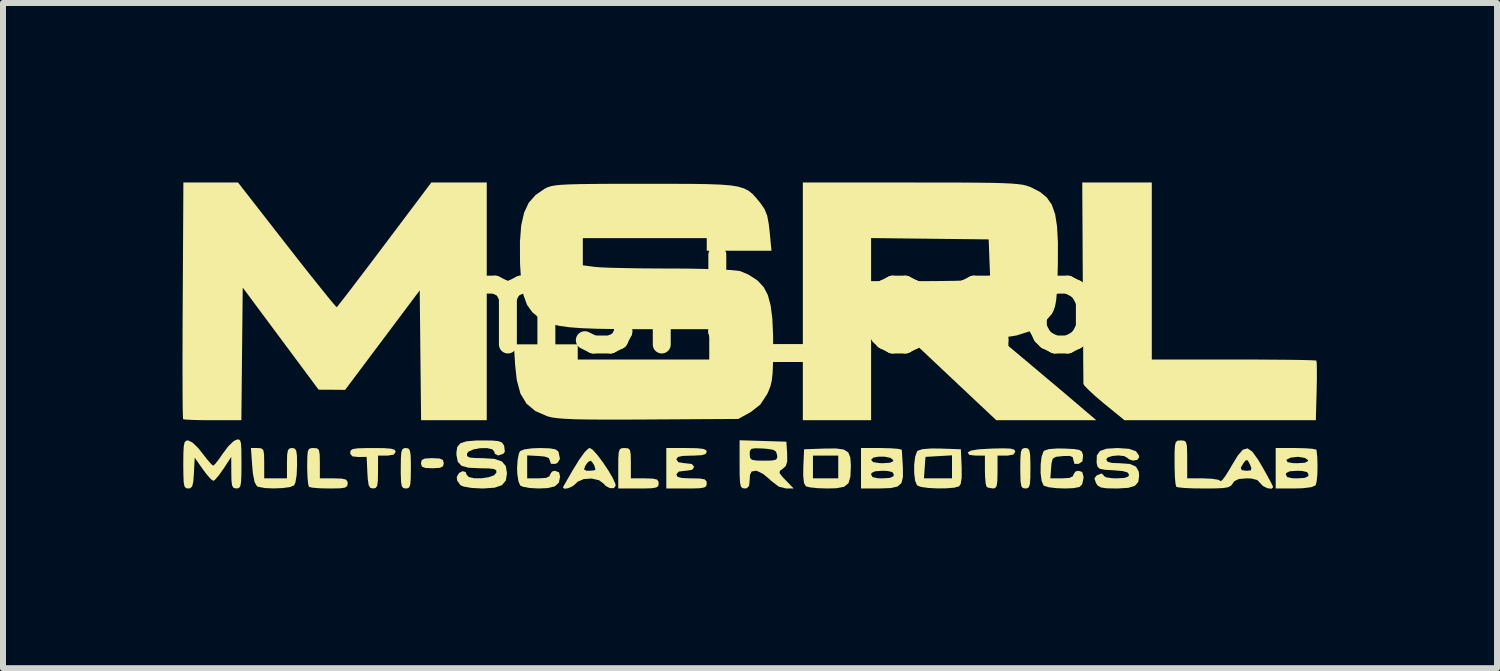
<source format=kicad_pcb>
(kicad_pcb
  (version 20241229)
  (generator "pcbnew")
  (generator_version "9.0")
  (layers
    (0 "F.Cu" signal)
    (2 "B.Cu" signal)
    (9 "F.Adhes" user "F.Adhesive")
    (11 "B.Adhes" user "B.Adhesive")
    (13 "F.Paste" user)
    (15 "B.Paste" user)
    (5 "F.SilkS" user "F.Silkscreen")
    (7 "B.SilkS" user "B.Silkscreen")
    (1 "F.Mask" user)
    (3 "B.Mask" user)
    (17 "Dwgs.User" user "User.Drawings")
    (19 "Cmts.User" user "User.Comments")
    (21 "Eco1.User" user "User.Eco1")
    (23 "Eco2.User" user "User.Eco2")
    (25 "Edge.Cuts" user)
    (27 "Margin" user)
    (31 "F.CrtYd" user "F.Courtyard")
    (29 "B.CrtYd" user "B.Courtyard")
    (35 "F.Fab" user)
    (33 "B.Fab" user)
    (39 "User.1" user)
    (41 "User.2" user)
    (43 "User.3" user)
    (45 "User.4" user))
  (footprint "msrl_logo"
    (layer "F.Cu")
    (at 9.903 2.029)
    (property "Reference" "msrl_logo" (at 0 0 0) (layer "F.SilkS") (effects (font (size 1.5 1.5) (thickness 0.3))))
    (attr board_only exclude_from_pos_files exclude_from_bom)
    (fp_poly (pts (xy -5.608 2.584) (xy -5.552 2.607) (xy -5.537 2.656) (xy -5.536 2.663) (xy -5.549 2.715) (xy -5.601 2.74) (xy -5.713 2.747) (xy -5.727 2.747) (xy -5.845 2.742) (xy -5.902 2.719) (xy -5.917 2.669) (xy -5.917 2.663) (xy -5.904 2.61) (xy -5.853 2.585) (xy -5.74 2.578) (xy -5.727 2.578)) (stroke (width 0) (type solid)) (fill yes) (layer "F.SilkS"))
    (fp_poly (pts (xy -6.128 2.416) (xy -6.103 2.449) (xy -6.09 2.524) (xy -6.086 2.658) (xy -6.086 2.747) (xy -6.088 2.916) (xy -6.096 3.017) (xy -6.114 3.067) (xy -6.148 3.084) (xy -6.17 3.085) (xy -6.212 3.078) (xy -6.238 3.046) (xy -6.25 2.971) (xy -6.255 2.836) (xy -6.255 2.747) (xy -6.253 2.579) (xy -6.245 2.478) (xy -6.226 2.427) (xy -6.193 2.41) (xy -6.17 2.409)) (stroke (width 0) (type solid)) (fill yes) (layer "F.SilkS"))
    (fp_poly (pts (xy 4.226 2.416) (xy 4.251 2.449) (xy 4.264 2.524) (xy 4.268 2.658) (xy 4.269 2.747) (xy 4.267 2.916) (xy 4.259 3.017) (xy 4.24 3.067) (xy 4.206 3.084) (xy 4.184 3.085) (xy 4.142 3.078) (xy 4.117 3.046) (xy 4.104 2.971) (xy 4.1 2.836) (xy 4.099 2.747) (xy 4.101 2.579) (xy 4.109 2.478) (xy 4.128 2.427) (xy 4.162 2.41) (xy 4.184 2.409)) (stroke (width 0) (type solid)) (fill yes) (layer "F.SilkS"))
    (fp_poly (pts (xy -2.456 2.414) (xy -2.424 2.444) (xy -2.412 2.517) (xy -2.409 2.654) (xy -2.409 2.663) (xy -2.409 2.916) (xy -2.177 2.916) (xy -2.042 2.92) (xy -1.972 2.936) (xy -1.947 2.971) (xy -1.944 3.001) (xy -1.951 3.043) (xy -1.984 3.068) (xy -2.059 3.081) (xy -2.193 3.085) (xy -2.282 3.085) (xy -2.62 3.085) (xy -2.62 2.747) (xy -2.619 2.579) (xy -2.612 2.479) (xy -2.594 2.429) (xy -2.559 2.411) (xy -2.515 2.409)) (stroke (width 0) (type solid)) (fill yes) (layer "F.SilkS"))
    (fp_poly (pts (xy -6.534 2.411) (xy -6.419 2.42) (xy -6.359 2.438) (xy -6.34 2.468) (xy -6.339 2.472) (xy -6.372 2.519) (xy -6.474 2.536) (xy -6.487 2.536) (xy -6.635 2.536) (xy -6.635 2.81) (xy -6.638 2.959) (xy -6.65 3.042) (xy -6.677 3.078) (xy -6.718 3.085) (xy -6.764 3.075) (xy -6.791 3.03) (xy -6.806 2.934) (xy -6.813 2.821) (xy -6.825 2.557) (xy -6.963 2.559) (xy -7.062 2.549) (xy -7.098 2.507) (xy -7.1 2.485) (xy -7.092 2.449) (xy -7.055 2.426) (xy -6.975 2.414) (xy -6.836 2.41) (xy -6.72 2.409)) (stroke (width 0) (type solid)) (fill yes) (layer "F.SilkS"))
    (fp_poly (pts (xy 3.93 2.418) (xy 3.992 2.433) (xy 4.014 2.459) (xy 4.015 2.471) (xy 3.985 2.518) (xy 3.887 2.536) (xy 3.867 2.536) (xy 3.719 2.536) (xy 3.719 2.81) (xy 3.716 2.96) (xy 3.704 3.043) (xy 3.677 3.079) (xy 3.642 3.085) (xy 3.561 3.071) (xy 3.536 3.057) (xy 3.521 3.003) (xy 3.511 2.891) (xy 3.508 2.782) (xy 3.508 2.536) (xy 3.356 2.536) (xy 3.249 2.524) (xy 3.221 2.487) (xy 3.222 2.483) (xy 3.272 2.453) (xy 3.398 2.431) (xy 3.606 2.419) (xy 3.627 2.418) (xy 3.813 2.414)) (stroke (width 0) (type solid)) (fill yes) (layer "F.SilkS"))
    (fp_poly (pts (xy -7.654 2.414) (xy -7.623 2.444) (xy -7.61 2.517) (xy -7.607 2.654) (xy -7.607 2.663) (xy -7.607 2.916) (xy -7.375 2.916) (xy -7.241 2.92) (xy -7.171 2.936) (xy -7.145 2.971) (xy -7.142 3.001) (xy -7.15 3.044) (xy -7.185 3.07) (xy -7.264 3.082) (xy -7.406 3.085) (xy -7.452 3.085) (xy -7.607 3.082) (xy -7.727 3.072) (xy -7.788 3.059) (xy -7.79 3.057) (xy -7.804 3.004) (xy -7.814 2.889) (xy -7.819 2.738) (xy -7.819 2.719) (xy -7.817 2.56) (xy -7.809 2.467) (xy -7.788 2.423) (xy -7.747 2.41) (xy -7.713 2.409)) (stroke (width 0) (type solid)) (fill yes) (layer "F.SilkS"))
    (fp_poly (pts (xy 1.148 2.434) (xy 1.224 2.481) (xy 1.259 2.568) (xy 1.268 2.703) (xy 1.268 2.713) (xy 1.26 2.888) (xy 1.228 2.997) (xy 1.154 3.057) (xy 1.025 3.081) (xy 0.875 3.085) (xy 0.717 3.08) (xy 0.589 3.067) (xy 0.518 3.05) (xy 0.516 3.049) (xy 0.484 2.993) (xy 0.471 2.871) (xy 0.473 2.726) (xy 0.634 2.726) (xy 0.634 2.916) (xy 0.845 2.916) (xy 1.057 2.916) (xy 1.057 2.726) (xy 1.057 2.536) (xy 0.845 2.536) (xy 0.634 2.536) (xy 0.634 2.726) (xy 0.473 2.726) (xy 0.473 2.722) (xy 0.486 2.43) (xy 0.818 2.418) (xy 1.018 2.416)) (stroke (width 0) (type solid)) (fill yes) (layer "F.SilkS"))
    (fp_poly (pts (xy 2.775 2.418) (xy 3.106 2.43) (xy 3.119 2.722) (xy 3.12 2.903) (xy 3.103 3.01) (xy 3.077 3.049) (xy 2.998 3.071) (xy 2.868 3.082) (xy 2.713 3.084) (xy 2.561 3.076) (xy 2.439 3.059) (xy 2.375 3.034) (xy 2.342 2.958) (xy 2.337 2.916) (xy 2.489 2.916) (xy 2.724 2.916) (xy 2.958 2.916) (xy 2.958 2.724) (xy 2.958 2.531) (xy 2.737 2.544) (xy 2.515 2.557) (xy 2.502 2.737) (xy 2.489 2.916) (xy 2.337 2.916) (xy 2.326 2.832) (xy 2.326 2.687) (xy 2.342 2.555) (xy 2.373 2.467) (xy 2.384 2.455) (xy 2.464 2.428) (xy 2.614 2.416)) (stroke (width 0) (type solid)) (fill yes) (layer "F.SilkS"))
    (fp_poly (pts (xy -8.587 2.414) (xy -8.553 2.441) (xy -8.54 2.512) (xy -8.537 2.644) (xy -8.537 2.663) (xy -8.537 2.916) (xy -8.347 2.916) (xy -8.157 2.916) (xy -8.157 2.663) (xy -8.154 2.521) (xy -8.14 2.444) (xy -8.11 2.414) (xy -8.072 2.409) (xy -8.027 2.417) (xy -8.002 2.454) (xy -7.99 2.538) (xy -7.988 2.687) (xy -7.988 2.696) (xy -7.995 2.861) (xy -8.015 2.982) (xy -8.038 3.034) (xy -8.108 3.062) (xy -8.231 3.078) (xy -8.379 3.084) (xy -8.522 3.078) (xy -8.63 3.059) (xy -8.659 3.047) (xy -8.698 2.979) (xy -8.726 2.837) (xy -8.738 2.709) (xy -8.759 2.409) (xy -8.648 2.409)) (stroke (width 0) (type solid)) (fill yes) (layer "F.SilkS"))
    (fp_poly (pts (xy 6.297 -0.549) (xy 6.297 0.93) (xy 7.664 0.93) (xy 7.995 0.93) (xy 8.298 0.932) (xy 8.564 0.934) (xy 8.781 0.937) (xy 8.94 0.941) (xy 9.03 0.945) (xy 9.048 0.947) (xy 9.054 0.994) (xy 9.056 1.108) (xy 9.056 1.271) (xy 9.052 1.454) (xy 9.039 1.944) (xy 7.439 1.944) (xy 5.84 1.944) (xy 5.498 1.665) (xy 5.356 1.545) (xy 5.243 1.44) (xy 5.171 1.366) (xy 5.154 1.337) (xy 5.154 1.286) (xy 5.153 1.159) (xy 5.151 0.966) (xy 5.15 0.717) (xy 5.148 0.421) (xy 5.146 0.088) (xy 5.144 -0.274) (xy 5.144 -0.37) (xy 5.135 -2.029) (xy 5.716 -2.029) (xy 6.297 -2.029)) (stroke (width 0) (type solid)) (fill yes) (layer "F.SilkS"))
    (fp_poly (pts (xy -3.764 2.414) (xy -3.669 2.431) (xy -3.624 2.464) (xy -3.618 2.476) (xy -3.594 2.591) (xy -3.635 2.658) (xy -3.677 2.675) (xy -3.745 2.672) (xy -3.761 2.624) (xy -3.781 2.576) (xy -3.853 2.551) (xy -3.952 2.542) (xy -4.142 2.532) (xy -4.142 2.724) (xy -4.142 2.916) (xy -3.952 2.916) (xy -3.826 2.908) (xy -3.769 2.88) (xy -3.761 2.853) (xy -3.726 2.801) (xy -3.677 2.789) (xy -3.609 2.816) (xy -3.592 2.887) (xy -3.612 2.987) (xy -3.678 3.049) (xy -3.803 3.079) (xy -3.952 3.085) (xy -4.1 3.077) (xy -4.214 3.056) (xy -4.26 3.034) (xy -4.288 2.966) (xy -4.307 2.845) (xy -4.311 2.747) (xy -4.302 2.607) (xy -4.28 2.499) (xy -4.26 2.46) (xy -4.191 2.432) (xy -4.061 2.414) (xy -3.927 2.409)) (stroke (width 0) (type solid)) (fill yes) (layer "F.SilkS"))
    (fp_poly (pts (xy -3.042 2.443) (xy -2.965 2.53) (xy -2.875 2.65) (xy -2.786 2.783) (xy -2.713 2.908) (xy -2.669 3.005) (xy -2.663 3.037) (xy -2.692 3.079) (xy -2.759 3.079) (xy -2.831 3.042) (xy -2.859 3.009) (xy -2.941 2.947) (xy -3.066 2.919) (xy -3.198 2.928) (xy -3.302 2.974) (xy -3.325 2.999) (xy -3.381 3.047) (xy -3.454 3.08) (xy -3.517 3.09) (xy -3.543 3.071) (xy -3.538 3.053) (xy -3.388 2.791) (xy -3.373 2.767) (xy -3.192 2.767) (xy -3.153 2.788) (xy -3.108 2.789) (xy -3.028 2.783) (xy -3.001 2.772) (xy -3.02 2.7) (xy -3.061 2.637) (xy -3.088 2.62) (xy -3.134 2.653) (xy -3.17 2.705) (xy -3.192 2.767) (xy -3.373 2.767) (xy -3.271 2.601) (xy -3.182 2.478) (xy -3.119 2.417) (xy -3.093 2.409)) (stroke (width 0) (type solid)) (fill yes) (layer "F.SilkS"))
    (fp_poly (pts (xy -1.306 2.412) (xy -1.202 2.423) (xy -1.152 2.444) (xy -1.141 2.472) (xy -1.161 2.509) (xy -1.23 2.529) (xy -1.364 2.536) (xy -1.395 2.536) (xy -1.542 2.541) (xy -1.621 2.558) (xy -1.648 2.592) (xy -1.648 2.599) (xy -1.616 2.646) (xy -1.514 2.662) (xy -1.5 2.663) (xy -1.391 2.676) (xy -1.353 2.72) (xy -1.352 2.726) (xy -1.384 2.773) (xy -1.487 2.789) (xy -1.5 2.789) (xy -1.61 2.803) (xy -1.648 2.847) (xy -1.648 2.853) (xy -1.629 2.89) (xy -1.56 2.909) (xy -1.425 2.916) (xy -1.395 2.916) (xy -1.253 2.919) (xy -1.177 2.933) (xy -1.146 2.963) (xy -1.141 3.001) (xy -1.148 3.043) (xy -1.181 3.068) (xy -1.256 3.081) (xy -1.39 3.085) (xy -1.479 3.085) (xy -1.817 3.085) (xy -1.817 2.747) (xy -1.817 2.409) (xy -1.479 2.409)) (stroke (width 0) (type solid)) (fill yes) (layer "F.SilkS"))
    (fp_poly (pts (xy 4.846 2.418) (xy 4.999 2.426) (xy 5.086 2.441) (xy 5.129 2.469) (xy 5.145 2.518) (xy 5.148 2.541) (xy 5.138 2.632) (xy 5.074 2.674) (xy 5.005 2.674) (xy 4.987 2.614) (xy 4.975 2.562) (xy 4.926 2.541) (xy 4.816 2.543) (xy 4.807 2.544) (xy 4.695 2.556) (xy 4.641 2.588) (xy 4.621 2.665) (xy 4.615 2.737) (xy 4.602 2.916) (xy 4.794 2.916) (xy 4.921 2.908) (xy 4.979 2.88) (xy 4.987 2.853) (xy 5.022 2.801) (xy 5.072 2.789) (xy 5.134 2.81) (xy 5.156 2.887) (xy 5.156 2.912) (xy 5.134 3.015) (xy 5.089 3.06) (xy 4.991 3.079) (xy 4.853 3.085) (xy 4.705 3.08) (xy 4.576 3.065) (xy 4.496 3.04) (xy 4.488 3.034) (xy 4.456 2.958) (xy 4.439 2.832) (xy 4.44 2.687) (xy 4.455 2.555) (xy 4.487 2.466) (xy 4.497 2.454) (xy 4.577 2.427) (xy 4.722 2.416)) (stroke (width 0) (type solid)) (fill yes) (layer "F.SilkS"))
    (fp_poly (pts (xy 8.864 2.413) (xy 8.984 2.422) (xy 9.046 2.436) (xy 9.05 2.441) (xy 9.063 2.561) (xy 9.067 2.708) (xy 9.064 2.855) (xy 9.052 2.972) (xy 9.035 3.032) (xy 8.964 3.063) (xy 8.82 3.081) (xy 8.68 3.085) (xy 8.368 3.085) (xy 8.368 2.853) (xy 8.537 2.853) (xy 8.562 2.895) (xy 8.647 2.914) (xy 8.727 2.916) (xy 8.853 2.908) (xy 8.91 2.88) (xy 8.917 2.853) (xy 8.893 2.811) (xy 8.808 2.792) (xy 8.727 2.789) (xy 8.602 2.798) (xy 8.545 2.826) (xy 8.537 2.853) (xy 8.368 2.853) (xy 8.368 2.747) (xy 8.368 2.61) (xy 8.548 2.61) (xy 8.566 2.645) (xy 8.655 2.661) (xy 8.727 2.663) (xy 8.854 2.655) (xy 8.906 2.629) (xy 8.907 2.61) (xy 8.856 2.575) (xy 8.752 2.557) (xy 8.727 2.557) (xy 8.616 2.57) (xy 8.552 2.602) (xy 8.548 2.61) (xy 8.368 2.61) (xy 8.368 2.409) (xy 8.706 2.409)) (stroke (width 0) (type solid)) (fill yes) (layer "F.SilkS"))
    (fp_poly (pts (xy 1.933 2.413) (xy 2.053 2.422) (xy 2.115 2.436) (xy 2.119 2.441) (xy 2.123 2.497) (xy 2.13 2.611) (xy 2.137 2.737) (xy 2.138 2.893) (xy 2.113 2.994) (xy 2.049 3.052) (xy 1.931 3.078) (xy 1.745 3.085) (xy 1.714 3.085) (xy 1.437 3.085) (xy 1.437 2.853) (xy 1.606 2.853) (xy 1.631 2.895) (xy 1.716 2.914) (xy 1.796 2.916) (xy 1.922 2.908) (xy 1.979 2.88) (xy 1.986 2.853) (xy 1.961 2.811) (xy 1.877 2.792) (xy 1.796 2.789) (xy 1.671 2.798) (xy 1.614 2.826) (xy 1.606 2.853) (xy 1.437 2.853) (xy 1.437 2.747) (xy 1.437 2.605) (xy 1.606 2.605) (xy 1.639 2.644) (xy 1.744 2.661) (xy 1.8 2.663) (xy 1.925 2.654) (xy 1.976 2.628) (xy 1.976 2.61) (xy 1.928 2.573) (xy 1.835 2.554) (xy 1.729 2.553) (xy 1.643 2.569) (xy 1.606 2.605) (xy 1.606 2.605) (xy 1.437 2.605) (xy 1.437 2.409) (xy 1.775 2.409)) (stroke (width 0) (type solid)) (fill yes) (layer "F.SilkS"))
    (fp_poly (pts (xy -8.16 -0.983) (xy -7.959 -0.726) (xy -7.775 -0.493) (xy -7.614 -0.292) (xy -7.483 -0.129) (xy -7.387 -0.013) (xy -7.334 0.048) (xy -7.325 0.055) (xy -7.296 0.02) (xy -7.222 -0.074) (xy -7.11 -0.219) (xy -6.967 -0.407) (xy -6.798 -0.629) (xy -6.61 -0.878) (xy -6.525 -0.991) (xy -5.744 -2.029) (xy -5.281 -2.029) (xy -4.818 -2.029) (xy -4.818 -0.042) (xy -4.818 1.944) (xy -5.367 1.944) (xy -5.915 1.944) (xy -5.927 0.859) (xy -5.938 -0.226) (xy -6.562 0.606) (xy -7.185 1.437) (xy -7.407 1.435) (xy -7.628 1.434) (xy -8.262 0.581) (xy -8.896 -0.272) (xy -8.908 0.836) (xy -8.919 1.944) (xy -9.397 1.944) (xy -9.589 1.943) (xy -9.747 1.939) (xy -9.855 1.933) (xy -9.893 1.927) (xy -9.896 1.882) (xy -9.899 1.761) (xy -9.901 1.573) (xy -9.902 1.325) (xy -9.903 1.026) (xy -9.902 0.685) (xy -9.901 0.31) (xy -9.899 -0.06) (xy -9.888 -2.029) (xy -9.432 -2.029) (xy -8.975 -2.029)) (stroke (width 0) (type solid)) (fill yes) (layer "F.SilkS"))
    (fp_poly (pts (xy -0.201 2.291) (xy 0.19 2.303) (xy 0.203 2.502) (xy 0.204 2.634) (xy 0.18 2.71) (xy 0.13 2.755) (xy 0.081 2.791) (xy 0.076 2.828) (xy 0.122 2.888) (xy 0.178 2.947) (xy 0.312 3.085) (xy 0.186 3.085) (xy 0.063 3.055) (xy -0.065 2.957) (xy -0.085 2.937) (xy -0.195 2.844) (xy -0.296 2.794) (xy -0.325 2.789) (xy -0.391 2.802) (xy -0.418 2.856) (xy -0.423 2.937) (xy -0.432 3.039) (xy -0.469 3.08) (xy -0.507 3.085) (xy -0.546 3.079) (xy -0.571 3.051) (xy -0.585 2.984) (xy -0.591 2.863) (xy -0.592 2.682) (xy -0.592 2.512) (xy -0.423 2.512) (xy -0.417 2.574) (xy -0.386 2.606) (xy -0.31 2.618) (xy -0.187 2.62) (xy -0.054 2.618) (xy 0.015 2.604) (xy 0.037 2.572) (xy 0.035 2.525) (xy 0.016 2.468) (xy -0.035 2.437) (xy -0.139 2.422) (xy -0.201 2.417) (xy -0.33 2.413) (xy -0.396 2.423) (xy -0.42 2.459) (xy -0.423 2.512) (xy -0.592 2.512) (xy -0.592 2.279)) (stroke (width 0) (type solid)) (fill yes) (layer "F.SilkS"))
    (fp_poly (pts (xy -8.94 2.281) (xy -8.925 2.334) (xy -8.919 2.439) (xy -8.918 2.61) (xy -8.917 2.667) (xy -8.919 2.858) (xy -8.924 2.98) (xy -8.937 3.048) (xy -8.961 3.078) (xy -8.999 3.085) (xy -9.002 3.085) (xy -9.048 3.076) (xy -9.074 3.037) (xy -9.085 2.948) (xy -9.087 2.821) (xy -9.088 2.557) (xy -9.219 2.758) (xy -9.297 2.867) (xy -9.36 2.94) (xy -9.388 2.958) (xy -9.432 2.926) (xy -9.503 2.844) (xy -9.563 2.764) (xy -9.699 2.57) (xy -9.712 2.828) (xy -9.722 2.971) (xy -9.741 3.05) (xy -9.774 3.081) (xy -9.807 3.085) (xy -9.845 3.079) (xy -9.87 3.049) (xy -9.883 2.98) (xy -9.888 2.856) (xy -9.89 2.684) (xy -9.888 2.497) (xy -9.882 2.379) (xy -9.868 2.314) (xy -9.842 2.287) (xy -9.809 2.282) (xy -9.736 2.317) (xy -9.639 2.411) (xy -9.573 2.494) (xy -9.487 2.604) (xy -9.42 2.68) (xy -9.389 2.704) (xy -9.353 2.671) (xy -9.288 2.587) (xy -9.227 2.499) (xy -9.139 2.382) (xy -9.053 2.298) (xy -9.006 2.271) (xy -8.965 2.265)) (stroke (width 0) (type solid)) (fill yes) (layer "F.SilkS"))
    (fp_poly (pts (xy 5.914 2.422) (xy 6.032 2.462) (xy 6.082 2.533) (xy 6.086 2.565) (xy 6.053 2.608) (xy 5.981 2.619) (xy 5.913 2.596) (xy 5.896 2.578) (xy 5.838 2.545) (xy 5.74 2.533) (xy 5.637 2.542) (xy 5.558 2.568) (xy 5.536 2.599) (xy 5.558 2.638) (xy 5.633 2.658) (xy 5.76 2.663) (xy 5.931 2.675) (xy 6.033 2.72) (xy 6.079 2.803) (xy 6.086 2.874) (xy 6.071 2.976) (xy 6.015 3.04) (xy 5.906 3.074) (xy 5.73 3.085) (xy 5.699 3.085) (xy 5.542 3.082) (xy 5.447 3.068) (xy 5.393 3.037) (xy 5.365 2.995) (xy 5.338 2.917) (xy 5.372 2.87) (xy 5.374 2.869) (xy 5.457 2.834) (xy 5.493 2.863) (xy 5.494 2.874) (xy 5.532 2.898) (xy 5.629 2.913) (xy 5.705 2.916) (xy 5.84 2.909) (xy 5.905 2.885) (xy 5.917 2.855) (xy 5.893 2.818) (xy 5.812 2.794) (xy 5.66 2.781) (xy 5.653 2.781) (xy 5.508 2.772) (xy 5.428 2.756) (xy 5.391 2.722) (xy 5.376 2.663) (xy 5.375 2.649) (xy 5.379 2.532) (xy 5.431 2.458) (xy 5.543 2.42) (xy 5.723 2.409)) (stroke (width 0) (type solid)) (fill yes) (layer "F.SilkS"))
    (fp_poly (pts (xy -4.725 2.284) (xy -4.623 2.294) (xy -4.566 2.315) (xy -4.536 2.354) (xy -4.526 2.377) (xy -4.515 2.47) (xy -4.538 2.503) (xy -4.625 2.534) (xy -4.682 2.507) (xy -4.691 2.47) (xy -4.727 2.429) (xy -4.816 2.41) (xy -4.93 2.412) (xy -5.042 2.433) (xy -5.124 2.47) (xy -5.148 2.504) (xy -5.145 2.544) (xy -5.106 2.567) (xy -5.014 2.576) (xy -4.887 2.578) (xy -4.692 2.59) (xy -4.566 2.632) (xy -4.499 2.711) (xy -4.48 2.832) (xy -4.499 2.952) (xy -4.564 3.03) (xy -4.687 3.072) (xy -4.879 3.085) (xy -4.897 3.085) (xy -5.072 3.076) (xy -5.204 3.053) (xy -5.258 3.03) (xy -5.313 2.952) (xy -5.319 2.893) (xy -5.281 2.826) (xy -5.222 2.796) (xy -5.17 2.81) (xy -5.156 2.852) (xy -5.12 2.893) (xy -5.029 2.914) (xy -4.91 2.915) (xy -4.791 2.898) (xy -4.697 2.865) (xy -4.657 2.821) (xy -4.659 2.782) (xy -4.696 2.76) (xy -4.784 2.75) (xy -4.94 2.747) (xy -4.94 2.747) (xy -5.125 2.738) (xy -5.241 2.705) (xy -5.302 2.638) (xy -5.324 2.527) (xy -5.325 2.484) (xy -5.311 2.391) (xy -5.26 2.331) (xy -5.159 2.297) (xy -4.994 2.283) (xy -4.893 2.282)) (stroke (width 0) (type solid)) (fill yes) (layer "F.SilkS"))
    (fp_poly (pts (xy 6.837 2.286) (xy 6.868 2.31) (xy 6.884 2.371) (xy 6.888 2.488) (xy 6.889 2.599) (xy 6.889 2.916) (xy 7.16 2.916) (xy 7.308 2.923) (xy 7.411 2.94) (xy 7.446 2.961) (xy 7.472 2.949) (xy 7.527 2.876) (xy 7.601 2.757) (xy 7.613 2.737) (xy 7.784 2.737) (xy 7.802 2.779) (xy 7.881 2.789) (xy 7.953 2.782) (xy 7.961 2.742) (xy 7.938 2.684) (xy 7.9 2.614) (xy 7.867 2.615) (xy 7.835 2.653) (xy 7.784 2.737) (xy 7.613 2.737) (xy 7.629 2.708) (xy 7.735 2.534) (xy 7.82 2.436) (xy 7.898 2.415) (xy 7.978 2.47) (xy 8.073 2.602) (xy 8.146 2.725) (xy 8.227 2.87) (xy 8.29 2.986) (xy 8.323 3.053) (xy 8.326 3.063) (xy 8.296 3.09) (xy 8.228 3.08) (xy 8.155 3.044) (xy 8.114 3.001) (xy 8.061 2.944) (xy 7.964 2.919) (xy 7.882 2.916) (xy 7.75 2.927) (xy 7.676 2.964) (xy 7.65 3.001) (xy 7.621 3.039) (xy 7.574 3.064) (xy 7.492 3.078) (xy 7.358 3.084) (xy 7.169 3.085) (xy 6.985 3.083) (xy 6.834 3.076) (xy 6.734 3.065) (xy 6.706 3.057) (xy 6.693 3.005) (xy 6.683 2.889) (xy 6.678 2.73) (xy 6.678 2.656) (xy 6.678 2.477) (xy 6.684 2.368) (xy 6.699 2.309) (xy 6.729 2.286) (xy 6.777 2.282) (xy 6.783 2.282)) (stroke (width 0) (type solid)) (fill yes) (layer "F.SilkS"))
    (fp_poly (pts (xy 2.721 -2.028) (xy 3.086 -2.028) (xy 3.384 -2.026) (xy 3.622 -2.023) (xy 3.808 -2.018) (xy 3.951 -2.011) (xy 4.059 -2.002) (xy 4.141 -1.991) (xy 4.203 -1.976) (xy 4.256 -1.958) (xy 4.28 -1.948) (xy 4.428 -1.872) (xy 4.541 -1.78) (xy 4.625 -1.66) (xy 4.681 -1.502) (xy 4.714 -1.294) (xy 4.728 -1.025) (xy 4.727 -0.684) (xy 4.727 -0.654) (xy 4.72 -0.392) (xy 4.711 -0.2) (xy 4.699 -0.061) (xy 4.681 0.038) (xy 4.655 0.113) (xy 4.626 0.169) (xy 4.488 0.326) (xy 4.287 0.448) (xy 4.039 0.527) (xy 3.97 0.539) (xy 3.742 0.571) (xy 4.27 1.013) (xy 4.476 1.187) (xy 4.686 1.363) (xy 4.88 1.527) (xy 5.036 1.66) (xy 5.083 1.7) (xy 5.37 1.944) (xy 4.534 1.944) (xy 3.698 1.944) (xy 2.958 1.248) (xy 2.219 0.552) (xy 1.912 0.551) (xy 1.606 0.549) (xy 1.606 1.247) (xy 1.606 1.944) (xy 1.035 1.944) (xy 0.465 1.944) (xy 0.465 -0.042) (xy 0.465 -0.74) (xy 1.606 -0.74) (xy 1.606 -0.38) (xy 2.467 -0.38) (xy 2.737 -0.382) (xy 2.986 -0.385) (xy 3.199 -0.391) (xy 3.36 -0.398) (xy 3.454 -0.406) (xy 3.462 -0.407) (xy 3.596 -0.434) (xy 3.583 -0.756) (xy 3.571 -1.078) (xy 2.589 -1.089) (xy 1.606 -1.1) (xy 1.606 -0.74) (xy 0.465 -0.74) (xy 0.465 -2.029) (xy 2.279 -2.029)) (stroke (width 0) (type solid)) (fill yes) (layer "F.SilkS"))
    (fp_poly (pts (xy -1.758 -2.007) (xy -1.414 -2.006) (xy -1.137 -2.002) (xy -0.919 -1.994) (xy -0.748 -1.981) (xy -0.618 -1.96) (xy -0.519 -1.93) (xy -0.442 -1.891) (xy -0.378 -1.84) (xy -0.319 -1.776) (xy -0.254 -1.697) (xy -0.245 -1.686) (xy -0.176 -1.586) (xy -0.132 -1.479) (xy -0.104 -1.334) (xy -0.09 -1.21) (xy -0.059 -0.888) (xy -0.6 -0.888) (xy -1.141 -0.888) (xy -1.141 -0.993) (xy -1.141 -1.099) (xy -2.177 -1.099) (xy -3.212 -1.099) (xy -3.212 -0.872) (xy -3.212 -0.645) (xy -3.016 -0.619) (xy -2.919 -0.611) (xy -2.751 -0.604) (xy -2.529 -0.599) (xy -2.265 -0.594) (xy -1.974 -0.592) (xy -1.78 -0.591) (xy -1.464 -0.59) (xy -1.176 -0.584) (xy -0.931 -0.576) (xy -0.739 -0.566) (xy -0.613 -0.553) (xy -0.58 -0.547) (xy -0.443 -0.489) (xy -0.305 -0.4) (xy -0.278 -0.377) (xy -0.187 -0.277) (xy -0.12 -0.148) (xy -0.074 0.022) (xy -0.045 0.244) (xy -0.032 0.53) (xy -0.031 0.75) (xy -0.033 0.986) (xy -0.04 1.157) (xy -0.054 1.281) (xy -0.077 1.378) (xy -0.112 1.467) (xy -0.133 1.511) (xy -0.246 1.683) (xy -0.403 1.806) (xy -0.423 1.817) (xy -0.613 1.923) (xy -2.113 1.932) (xy -2.528 1.934) (xy -2.867 1.934) (xy -3.14 1.932) (xy -3.353 1.928) (xy -3.518 1.92) (xy -3.641 1.91) (xy -3.732 1.897) (xy -3.8 1.88) (xy -3.804 1.879) (xy -4.007 1.79) (xy -4.154 1.667) (xy -4.255 1.499) (xy -4.316 1.273) (xy -4.343 1.028) (xy -4.365 0.676) (xy -3.831 0.676) (xy -3.297 0.676) (xy -3.297 0.803) (xy -3.297 0.93) (xy -2.198 0.93) (xy -1.099 0.93) (xy -1.099 0.676) (xy -1.099 0.423) (xy -2.238 0.423) (xy -2.641 0.421) (xy -2.969 0.416) (xy -3.233 0.406) (xy -3.442 0.39) (xy -3.606 0.367) (xy -3.735 0.336) (xy -3.838 0.296) (xy -3.927 0.246) (xy -3.936 0.24) (xy -4.057 0.139) (xy -4.145 0.015) (xy -4.204 -0.147) (xy -4.241 -0.36) (xy -4.26 -0.641) (xy -4.262 -0.697) (xy -4.263 -1.04) (xy -4.242 -1.312) (xy -4.194 -1.524) (xy -4.117 -1.689) (xy -4.004 -1.818) (xy -3.854 -1.922) (xy -3.841 -1.93) (xy -3.798 -1.95) (xy -3.745 -1.967) (xy -3.675 -1.98) (xy -3.577 -1.99) (xy -3.444 -1.997) (xy -3.266 -2.002) (xy -3.034 -2.005) (xy -2.74 -2.007) (xy -2.374 -2.007) (xy -2.177 -2.007)) (stroke (width 0) (type solid)) (fill yes) (layer "F.SilkS")))
  (gr_rect
    (start -3 -3)
    (end 21.97 8.118)
    (stroke (width 0.1) (type default))
    (fill no)
    (layer "Edge.Cuts")))
</source>
